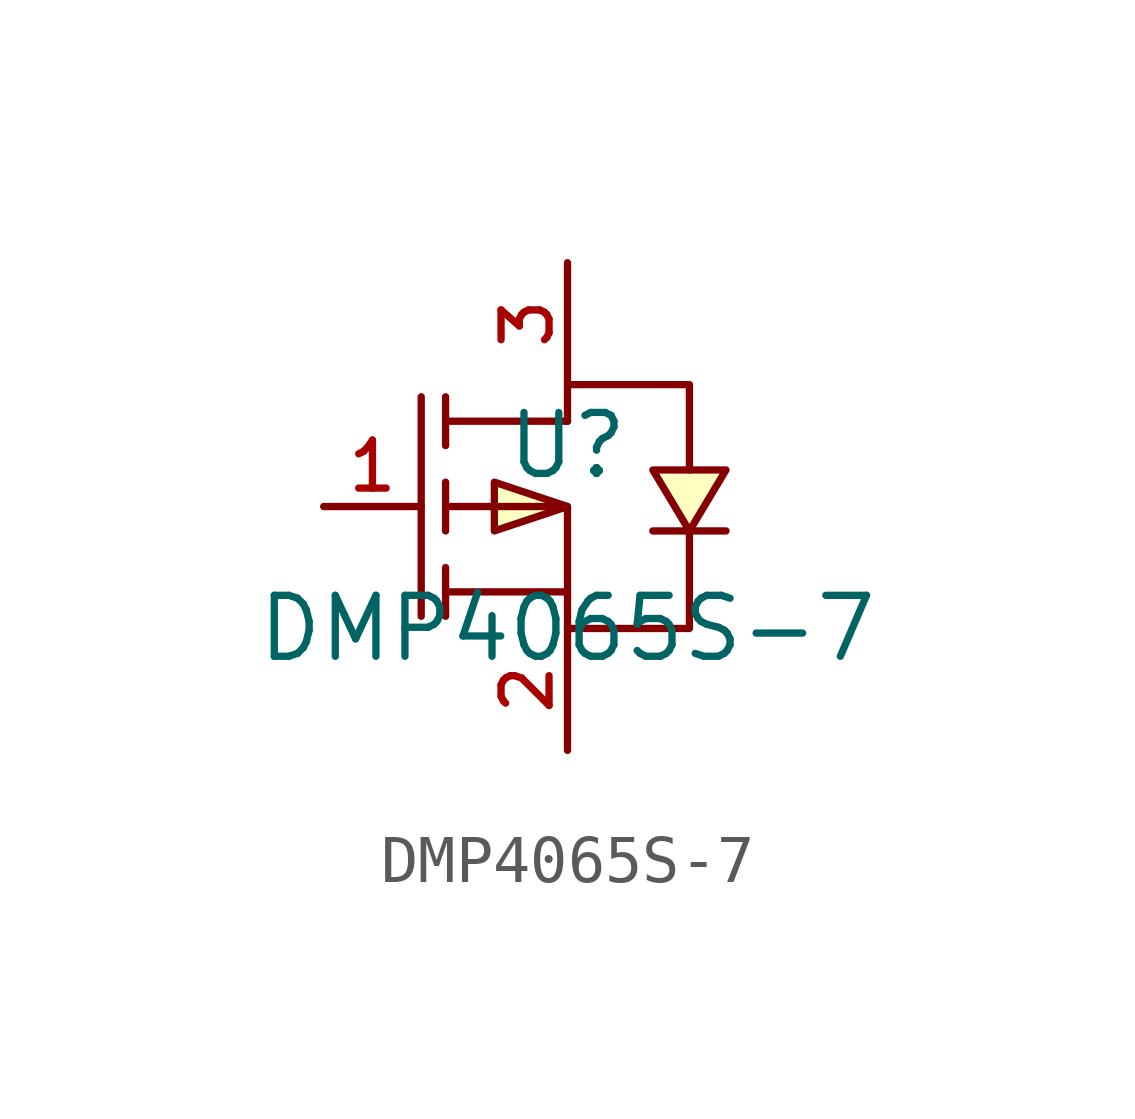
<source format=kicad_sym>
(kicad_symbol_lib
  (version 20210201)
  (generator TousstNicolas/JLC2KiCad_lib)
  (symbol "DMP4065S-7"
    (pin_names hide)
    (property "Reference" "U"
      (at 0 1.27 0)
      (effects (font (size 1.27 1.27))))
    (property "Value" "DMP4065S-7"
      (at 0 -2.54 0)
      (effects (font (size 1.27 1.27))))
    (symbol "DMP4065S-7_0_1"
      (polyline (pts (xy 0.0 -0.0) (xy -1.524 0.508) (xy -1.524 -0.508) (xy 0.0 -0.0)) (stroke (width 0) (type default) (color 0 0 0 0)) (fill (type background)))
      (polyline (pts (xy 2.54 -0.508) (xy 3.302 0.762) (xy 1.778 0.762) (xy 2.54 -0.508)) (stroke (width 0) (type default) (color 0 0 0 0)) (fill (type background)))
      (polyline (pts (xy 0.0 -2.54) (xy 2.54 -2.54) (xy 2.54 -0.508)) (stroke (width 0) (type default) (color 0 0 0 0)) (fill (type none)))
      (polyline (pts (xy 0.0 1.778) (xy 0.0 2.54) (xy 2.54 2.54) (xy 2.54 0.762)) (stroke (width 0) (type default) (color 0 0 0 0)) (fill (type none)))
      (polyline (pts (xy 0.0 1.778) (xy -2.54 1.778)) (stroke (width 0) (type default) (color 0 0 0 0)) (fill (type none)))
      (polyline (pts (xy -2.54 -0.0) (xy 0.0 -0.0) (xy 0.0 -2.54)) (stroke (width 0) (type default) (color 0 0 0 0)) (fill (type none)))
      (polyline (pts (xy 0.0 -1.778) (xy -2.54 -1.778)) (stroke (width 0) (type default) (color 0 0 0 0)) (fill (type none)))
      (polyline (pts (xy -3.048 2.286) (xy -3.048 -2.286)) (stroke (width 0) (type default) (color 0 0 0 0)) (fill (type none)))
      (polyline (pts (xy -2.54 1.27) (xy -2.54 2.286)) (stroke (width 0) (type default) (color 0 0 0 0)) (fill (type none)))
      (polyline (pts (xy -2.54 -0.508) (xy -2.54 0.508)) (stroke (width 0) (type default) (color 0 0 0 0)) (fill (type none)))
      (polyline (pts (xy -2.54 -2.286) (xy -2.54 -1.27)) (stroke (width 0) (type default) (color 0 0 0 0)) (fill (type none)))
      (polyline (pts (xy 3.302 -0.508) (xy 3.048 -0.508) (xy 2.032 -0.508) (xy 1.778 -0.508)) (stroke (width 0) (type default) (color 0 0 0 0)) (fill (type none)))
      (pin unspecified line (at 0.0 5.08 270) (length 2.54) (name "D" (effects (font (size 1 1)))) (number "3" (effects (font (size 1 1)))))
      (pin unspecified line (at -5.08 -0.0 0) (length 2.032) (name "G" (effects (font (size 1 1)))) (number "1" (effects (font (size 1 1)))))
      (pin unspecified line (at 0.0 -5.08 90) (length 2.54) (name "S" (effects (font (size 1 1)))) (number "2" (effects (font (size 1 1))))))))
</source>
